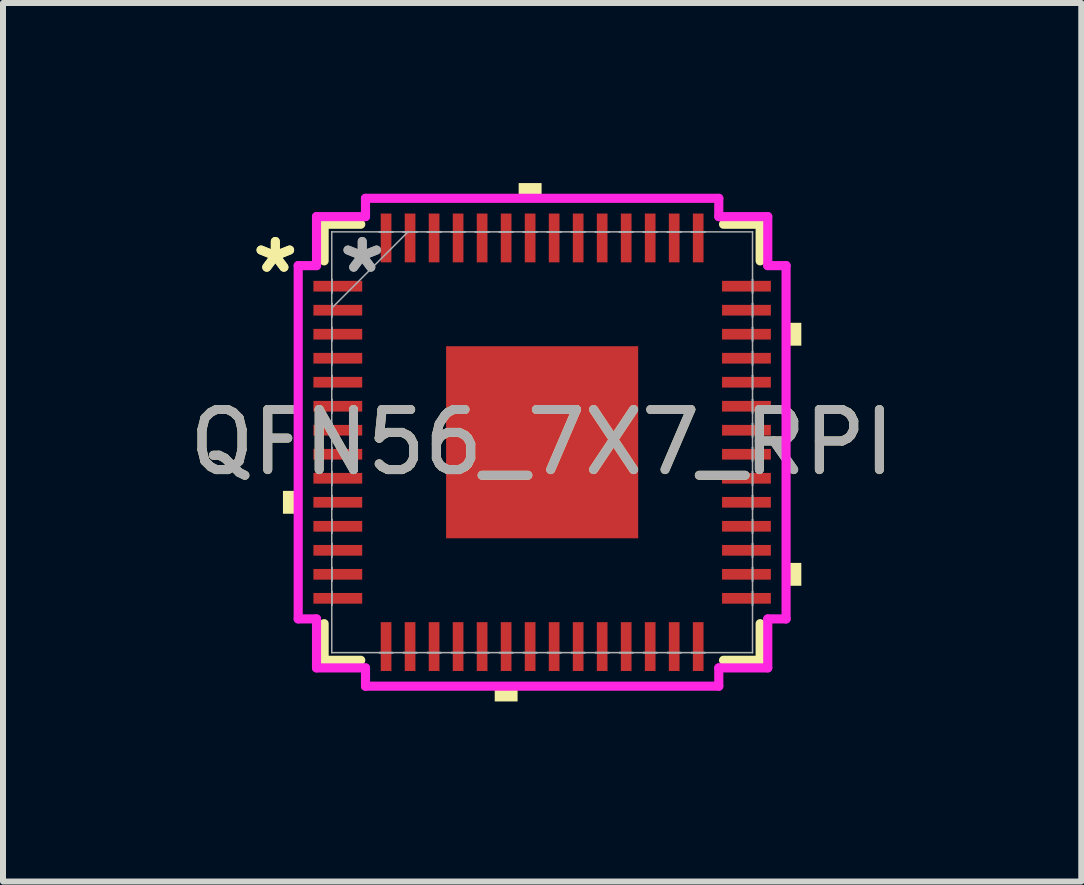
<source format=kicad_pcb>
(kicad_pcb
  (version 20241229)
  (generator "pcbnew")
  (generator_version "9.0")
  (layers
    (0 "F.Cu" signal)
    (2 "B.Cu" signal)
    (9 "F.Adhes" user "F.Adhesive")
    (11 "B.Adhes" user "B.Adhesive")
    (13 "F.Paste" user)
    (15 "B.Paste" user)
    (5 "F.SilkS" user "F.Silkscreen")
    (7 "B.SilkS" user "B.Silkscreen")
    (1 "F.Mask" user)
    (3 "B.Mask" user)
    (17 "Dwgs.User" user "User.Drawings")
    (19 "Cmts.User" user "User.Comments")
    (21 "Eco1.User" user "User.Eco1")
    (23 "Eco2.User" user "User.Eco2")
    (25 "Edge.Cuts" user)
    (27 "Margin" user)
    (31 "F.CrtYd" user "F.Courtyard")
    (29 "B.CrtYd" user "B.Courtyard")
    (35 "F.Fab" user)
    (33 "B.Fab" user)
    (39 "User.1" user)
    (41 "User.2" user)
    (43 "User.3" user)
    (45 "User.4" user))
  (footprint "QFN56_7X7_RPI"
    (layer "F.Cu")
    (at 5.982 4.318)
    (property "Reference" "QFN56_7X7_RPI" (at 0 0 0) (unlocked yes) (layer "F.SilkS") (effects (font (size 1 1) (thickness 0.15))))
    (attr smd)
    (fp_line (start -3.632 -3.632) (end -3.632 -3.022) (stroke (width 0.152) (type solid)) (layer "F.SilkS"))
    (fp_line (start -3.632 3.022) (end -3.632 3.632) (stroke (width 0.152) (type solid)) (layer "F.SilkS"))
    (fp_line (start -3.632 3.632) (end -3.022 3.632) (stroke (width 0.152) (type solid)) (layer "F.SilkS"))
    (fp_line (start -3.022 -3.632) (end -3.632 -3.632) (stroke (width 0.152) (type solid)) (layer "F.SilkS"))
    (fp_line (start 3.022 3.632) (end 3.632 3.632) (stroke (width 0.152) (type solid)) (layer "F.SilkS"))
    (fp_line (start 3.632 -3.632) (end 3.022 -3.632) (stroke (width 0.152) (type solid)) (layer "F.SilkS"))
    (fp_line (start 3.632 -3.022) (end 3.632 -3.632) (stroke (width 0.152) (type solid)) (layer "F.SilkS"))
    (fp_line (start 3.632 3.632) (end 3.632 3.022) (stroke (width 0.152) (type solid)) (layer "F.SilkS"))
    (fp_poly (pts (xy -4.318 0.81) (xy -4.318 1.191) (xy -4.064 1.191) (xy -4.064 0.81)) (stroke (width 0) (type solid)) (fill yes) (layer "F.SilkS"))
    (fp_poly (pts (xy -0.79 4.064) (xy -0.79 4.318) (xy -0.409 4.318) (xy -0.409 4.064)) (stroke (width 0) (type solid)) (fill yes) (layer "F.SilkS"))
    (fp_poly (pts (xy -0.391 -4.064) (xy -0.391 -4.318) (xy -0.009 -4.318) (xy -0.009 -4.064)) (stroke (width 0) (type solid)) (fill yes) (layer "F.SilkS"))
    (fp_poly (pts (xy 4.318 -1.99) (xy 4.318 -1.609) (xy 4.064 -1.609) (xy 4.064 -1.99)) (stroke (width 0) (type solid)) (fill yes) (layer "F.SilkS"))
    (fp_poly (pts (xy 4.318 2.01) (xy 4.318 2.391) (xy 4.064 2.391) (xy 4.064 2.01)) (stroke (width 0) (type solid)) (fill yes) (layer "F.SilkS"))
    (fp_poly (pts (xy -1.5 -1.5) (xy -1.5 -0.1) (xy -0.1 -0.1) (xy -0.1 -1.5)) (stroke (width 0) (type solid)) (fill yes) (layer "F.Paste"))
    (fp_poly (pts (xy -1.5 0.1) (xy -1.5 1.5) (xy -0.1 1.5) (xy -0.1 0.1)) (stroke (width 0) (type solid)) (fill yes) (layer "F.Paste"))
    (fp_poly (pts (xy 0.1 -1.5) (xy 0.1 -0.1) (xy 1.5 -0.1) (xy 1.5 -1.5)) (stroke (width 0) (type solid)) (fill yes) (layer "F.Paste"))
    (fp_poly (pts (xy 0.1 0.1) (xy 0.1 1.5) (xy 1.5 1.5) (xy 1.5 0.1)) (stroke (width 0) (type solid)) (fill yes) (layer "F.Paste"))
    (fp_line (start -4.064 -2.943) (end -3.759 -2.943) (stroke (width 0.152) (type solid)) (layer "F.CrtYd"))
    (fp_line (start -4.064 2.943) (end -4.064 -2.943) (stroke (width 0.152) (type solid)) (layer "F.CrtYd"))
    (fp_line (start -3.759 -3.759) (end -2.943 -3.759) (stroke (width 0.152) (type solid)) (layer "F.CrtYd"))
    (fp_line (start -3.759 -2.943) (end -3.759 -3.759) (stroke (width 0.152) (type solid)) (layer "F.CrtYd"))
    (fp_line (start -3.759 2.943) (end -4.064 2.943) (stroke (width 0.152) (type solid)) (layer "F.CrtYd"))
    (fp_line (start -3.759 3.759) (end -3.759 2.943) (stroke (width 0.152) (type solid)) (layer "F.CrtYd"))
    (fp_line (start -2.943 -4.064) (end 2.943 -4.064) (stroke (width 0.152) (type solid)) (layer "F.CrtYd"))
    (fp_line (start -2.943 -3.759) (end -2.943 -4.064) (stroke (width 0.152) (type solid)) (layer "F.CrtYd"))
    (fp_line (start -2.943 3.759) (end -3.759 3.759) (stroke (width 0.152) (type solid)) (layer "F.CrtYd"))
    (fp_line (start -2.943 4.064) (end -2.943 3.759) (stroke (width 0.152) (type solid)) (layer "F.CrtYd"))
    (fp_line (start 2.943 -4.064) (end 2.943 -3.759) (stroke (width 0.152) (type solid)) (layer "F.CrtYd"))
    (fp_line (start 2.943 -3.759) (end 3.759 -3.759) (stroke (width 0.152) (type solid)) (layer "F.CrtYd"))
    (fp_line (start 2.943 3.759) (end 2.943 4.064) (stroke (width 0.152) (type solid)) (layer "F.CrtYd"))
    (fp_line (start 2.943 4.064) (end -2.943 4.064) (stroke (width 0.152) (type solid)) (layer "F.CrtYd"))
    (fp_line (start 3.759 -3.759) (end 3.759 -2.943) (stroke (width 0.152) (type solid)) (layer "F.CrtYd"))
    (fp_line (start 3.759 -2.943) (end 4.064 -2.943) (stroke (width 0.152) (type solid)) (layer "F.CrtYd"))
    (fp_line (start 3.759 2.943) (end 3.759 3.759) (stroke (width 0.152) (type solid)) (layer "F.CrtYd"))
    (fp_line (start 3.759 3.759) (end 2.943 3.759) (stroke (width 0.152) (type solid)) (layer "F.CrtYd"))
    (fp_line (start 4.064 -2.943) (end 4.064 2.943) (stroke (width 0.152) (type solid)) (layer "F.CrtYd"))
    (fp_line (start 4.064 2.943) (end 3.759 2.943) (stroke (width 0.152) (type solid)) (layer "F.CrtYd"))
    (fp_line (start -3.505 -3.505) (end -3.505 -3.505) (stroke (width 0.025) (type solid)) (layer "F.Fab"))
    (fp_line (start -3.505 -3.505) (end -3.505 3.505) (stroke (width 0.025) (type solid)) (layer "F.Fab"))
    (fp_line (start -3.505 -2.714) (end -3.505 -2.714) (stroke (width 0.025) (type solid)) (layer "F.Fab"))
    (fp_line (start -3.505 -2.714) (end -3.505 -2.486) (stroke (width 0.025) (type solid)) (layer "F.Fab"))
    (fp_line (start -3.505 -2.486) (end -3.505 -2.714) (stroke (width 0.025) (type solid)) (layer "F.Fab"))
    (fp_line (start -3.505 -2.486) (end -3.505 -2.486) (stroke (width 0.025) (type solid)) (layer "F.Fab"))
    (fp_line (start -3.505 -2.314) (end -3.505 -2.314) (stroke (width 0.025) (type solid)) (layer "F.Fab"))
    (fp_line (start -3.505 -2.314) (end -3.505 -2.086) (stroke (width 0.025) (type solid)) (layer "F.Fab"))
    (fp_line (start -3.505 -2.235) (end -2.235 -3.505) (stroke (width 0.025) (type solid)) (layer "F.Fab"))
    (fp_line (start -3.505 -2.086) (end -3.505 -2.314) (stroke (width 0.025) (type solid)) (layer "F.Fab"))
    (fp_line (start -3.505 -2.086) (end -3.505 -2.086) (stroke (width 0.025) (type solid)) (layer "F.Fab"))
    (fp_line (start -3.505 -1.914) (end -3.505 -1.914) (stroke (width 0.025) (type solid)) (layer "F.Fab"))
    (fp_line (start -3.505 -1.914) (end -3.505 -1.686) (stroke (width 0.025) (type solid)) (layer "F.Fab"))
    (fp_line (start -3.505 -1.686) (end -3.505 -1.914) (stroke (width 0.025) (type solid)) (layer "F.Fab"))
    (fp_line (start -3.505 -1.686) (end -3.505 -1.686) (stroke (width 0.025) (type solid)) (layer "F.Fab"))
    (fp_line (start -3.505 -1.514) (end -3.505 -1.514) (stroke (width 0.025) (type solid)) (layer "F.Fab"))
    (fp_line (start -3.505 -1.514) (end -3.505 -1.286) (stroke (width 0.025) (type solid)) (layer "F.Fab"))
    (fp_line (start -3.505 -1.286) (end -3.505 -1.514) (stroke (width 0.025) (type solid)) (layer "F.Fab"))
    (fp_line (start -3.505 -1.286) (end -3.505 -1.286) (stroke (width 0.025) (type solid)) (layer "F.Fab"))
    (fp_line (start -3.505 -1.114) (end -3.505 -1.114) (stroke (width 0.025) (type solid)) (layer "F.Fab"))
    (fp_line (start -3.505 -1.114) (end -3.505 -0.886) (stroke (width 0.025) (type solid)) (layer "F.Fab"))
    (fp_line (start -3.505 -0.886) (end -3.505 -1.114) (stroke (width 0.025) (type solid)) (layer "F.Fab"))
    (fp_line (start -3.505 -0.886) (end -3.505 -0.886) (stroke (width 0.025) (type solid)) (layer "F.Fab"))
    (fp_line (start -3.505 -0.714) (end -3.505 -0.714) (stroke (width 0.025) (type solid)) (layer "F.Fab"))
    (fp_line (start -3.505 -0.714) (end -3.505 -0.486) (stroke (width 0.025) (type solid)) (layer "F.Fab"))
    (fp_line (start -3.505 -0.486) (end -3.505 -0.714) (stroke (width 0.025) (type solid)) (layer "F.Fab"))
    (fp_line (start -3.505 -0.486) (end -3.505 -0.486) (stroke (width 0.025) (type solid)) (layer "F.Fab"))
    (fp_line (start -3.505 -0.314) (end -3.505 -0.314) (stroke (width 0.025) (type solid)) (layer "F.Fab"))
    (fp_line (start -3.505 -0.314) (end -3.505 -0.086) (stroke (width 0.025) (type solid)) (layer "F.Fab"))
    (fp_line (start -3.505 -0.086) (end -3.505 -0.314) (stroke (width 0.025) (type solid)) (layer "F.Fab"))
    (fp_line (start -3.505 -0.086) (end -3.505 -0.086) (stroke (width 0.025) (type solid)) (layer "F.Fab"))
    (fp_line (start -3.505 0.086) (end -3.505 0.086) (stroke (width 0.025) (type solid)) (layer "F.Fab"))
    (fp_line (start -3.505 0.086) (end -3.505 0.314) (stroke (width 0.025) (type solid)) (layer "F.Fab"))
    (fp_line (start -3.505 0.314) (end -3.505 0.086) (stroke (width 0.025) (type solid)) (layer "F.Fab"))
    (fp_line (start -3.505 0.314) (end -3.505 0.314) (stroke (width 0.025) (type solid)) (layer "F.Fab"))
    (fp_line (start -3.505 0.486) (end -3.505 0.486) (stroke (width 0.025) (type solid)) (layer "F.Fab"))
    (fp_line (start -3.505 0.486) (end -3.505 0.714) (stroke (width 0.025) (type solid)) (layer "F.Fab"))
    (fp_line (start -3.505 0.714) (end -3.505 0.486) (stroke (width 0.025) (type solid)) (layer "F.Fab"))
    (fp_line (start -3.505 0.714) (end -3.505 0.714) (stroke (width 0.025) (type solid)) (layer "F.Fab"))
    (fp_line (start -3.505 0.886) (end -3.505 0.886) (stroke (width 0.025) (type solid)) (layer "F.Fab"))
    (fp_line (start -3.505 0.886) (end -3.505 1.114) (stroke (width 0.025) (type solid)) (layer "F.Fab"))
    (fp_line (start -3.505 1.114) (end -3.505 0.886) (stroke (width 0.025) (type solid)) (layer "F.Fab"))
    (fp_line (start -3.505 1.114) (end -3.505 1.114) (stroke (width 0.025) (type solid)) (layer "F.Fab"))
    (fp_line (start -3.505 1.286) (end -3.505 1.286) (stroke (width 0.025) (type solid)) (layer "F.Fab"))
    (fp_line (start -3.505 1.286) (end -3.505 1.514) (stroke (width 0.025) (type solid)) (layer "F.Fab"))
    (fp_line (start -3.505 1.514) (end -3.505 1.286) (stroke (width 0.025) (type solid)) (layer "F.Fab"))
    (fp_line (start -3.505 1.514) (end -3.505 1.514) (stroke (width 0.025) (type solid)) (layer "F.Fab"))
    (fp_line (start -3.505 1.686) (end -3.505 1.686) (stroke (width 0.025) (type solid)) (layer "F.Fab"))
    (fp_line (start -3.505 1.686) (end -3.505 1.914) (stroke (width 0.025) (type solid)) (layer "F.Fab"))
    (fp_line (start -3.505 1.914) (end -3.505 1.686) (stroke (width 0.025) (type solid)) (layer "F.Fab"))
    (fp_line (start -3.505 1.914) (end -3.505 1.914) (stroke (width 0.025) (type solid)) (layer "F.Fab"))
    (fp_line (start -3.505 2.086) (end -3.505 2.086) (stroke (width 0.025) (type solid)) (layer "F.Fab"))
    (fp_line (start -3.505 2.086) (end -3.505 2.314) (stroke (width 0.025) (type solid)) (layer "F.Fab"))
    (fp_line (start -3.505 2.314) (end -3.505 2.086) (stroke (width 0.025) (type solid)) (layer "F.Fab"))
    (fp_line (start -3.505 2.314) (end -3.505 2.314) (stroke (width 0.025) (type solid)) (layer "F.Fab"))
    (fp_line (start -3.505 2.486) (end -3.505 2.486) (stroke (width 0.025) (type solid)) (layer "F.Fab"))
    (fp_line (start -3.505 2.486) (end -3.505 2.714) (stroke (width 0.025) (type solid)) (layer "F.Fab"))
    (fp_line (start -3.505 2.714) (end -3.505 2.486) (stroke (width 0.025) (type solid)) (layer "F.Fab"))
    (fp_line (start -3.505 2.714) (end -3.505 2.714) (stroke (width 0.025) (type solid)) (layer "F.Fab"))
    (fp_line (start -3.505 3.505) (end -3.505 3.505) (stroke (width 0.025) (type solid)) (layer "F.Fab"))
    (fp_line (start -3.505 3.505) (end 3.505 3.505) (stroke (width 0.025) (type solid)) (layer "F.Fab"))
    (fp_line (start -2.714 -3.505) (end -2.714 -3.505) (stroke (width 0.025) (type solid)) (layer "F.Fab"))
    (fp_line (start -2.714 -3.505) (end -2.486 -3.505) (stroke (width 0.025) (type solid)) (layer "F.Fab"))
    (fp_line (start -2.714 3.505) (end -2.714 3.505) (stroke (width 0.025) (type solid)) (layer "F.Fab"))
    (fp_line (start -2.714 3.505) (end -2.486 3.505) (stroke (width 0.025) (type solid)) (layer "F.Fab"))
    (fp_line (start -2.486 -3.505) (end -2.714 -3.505) (stroke (width 0.025) (type solid)) (layer "F.Fab"))
    (fp_line (start -2.486 -3.505) (end -2.486 -3.505) (stroke (width 0.025) (type solid)) (layer "F.Fab"))
    (fp_line (start -2.486 3.505) (end -2.714 3.505) (stroke (width 0.025) (type solid)) (layer "F.Fab"))
    (fp_line (start -2.486 3.505) (end -2.486 3.505) (stroke (width 0.025) (type solid)) (layer "F.Fab"))
    (fp_line (start -2.314 -3.505) (end -2.314 -3.505) (stroke (width 0.025) (type solid)) (layer "F.Fab"))
    (fp_line (start -2.314 -3.505) (end -2.086 -3.505) (stroke (width 0.025) (type solid)) (layer "F.Fab"))
    (fp_line (start -2.314 3.505) (end -2.314 3.505) (stroke (width 0.025) (type solid)) (layer "F.Fab"))
    (fp_line (start -2.314 3.505) (end -2.086 3.505) (stroke (width 0.025) (type solid)) (layer "F.Fab"))
    (fp_line (start -2.086 -3.505) (end -2.314 -3.505) (stroke (width 0.025) (type solid)) (layer "F.Fab"))
    (fp_line (start -2.086 -3.505) (end -2.086 -3.505) (stroke (width 0.025) (type solid)) (layer "F.Fab"))
    (fp_line (start -2.086 3.505) (end -2.314 3.505) (stroke (width 0.025) (type solid)) (layer "F.Fab"))
    (fp_line (start -2.086 3.505) (end -2.086 3.505) (stroke (width 0.025) (type solid)) (layer "F.Fab"))
    (fp_line (start -1.914 -3.505) (end -1.914 -3.505) (stroke (width 0.025) (type solid)) (layer "F.Fab"))
    (fp_line (start -1.914 -3.505) (end -1.686 -3.505) (stroke (width 0.025) (type solid)) (layer "F.Fab"))
    (fp_line (start -1.914 3.505) (end -1.914 3.505) (stroke (width 0.025) (type solid)) (layer "F.Fab"))
    (fp_line (start -1.914 3.505) (end -1.686 3.505) (stroke (width 0.025) (type solid)) (layer "F.Fab"))
    (fp_line (start -1.686 -3.505) (end -1.914 -3.505) (stroke (width 0.025) (type solid)) (layer "F.Fab"))
    (fp_line (start -1.686 -3.505) (end -1.686 -3.505) (stroke (width 0.025) (type solid)) (layer "F.Fab"))
    (fp_line (start -1.686 3.505) (end -1.914 3.505) (stroke (width 0.025) (type solid)) (layer "F.Fab"))
    (fp_line (start -1.686 3.505) (end -1.686 3.505) (stroke (width 0.025) (type solid)) (layer "F.Fab"))
    (fp_line (start -1.514 -3.505) (end -1.514 -3.505) (stroke (width 0.025) (type solid)) (layer "F.Fab"))
    (fp_line (start -1.514 -3.505) (end -1.286 -3.505) (stroke (width 0.025) (type solid)) (layer "F.Fab"))
    (fp_line (start -1.514 3.505) (end -1.514 3.505) (stroke (width 0.025) (type solid)) (layer "F.Fab"))
    (fp_line (start -1.514 3.505) (end -1.286 3.505) (stroke (width 0.025) (type solid)) (layer "F.Fab"))
    (fp_line (start -1.286 -3.505) (end -1.514 -3.505) (stroke (width 0.025) (type solid)) (layer "F.Fab"))
    (fp_line (start -1.286 -3.505) (end -1.286 -3.505) (stroke (width 0.025) (type solid)) (layer "F.Fab"))
    (fp_line (start -1.286 3.505) (end -1.514 3.505) (stroke (width 0.025) (type solid)) (layer "F.Fab"))
    (fp_line (start -1.286 3.505) (end -1.286 3.505) (stroke (width 0.025) (type solid)) (layer "F.Fab"))
    (fp_line (start -1.114 -3.505) (end -1.114 -3.505) (stroke (width 0.025) (type solid)) (layer "F.Fab"))
    (fp_line (start -1.114 -3.505) (end -0.886 -3.505) (stroke (width 0.025) (type solid)) (layer "F.Fab"))
    (fp_line (start -1.114 3.505) (end -1.114 3.505) (stroke (width 0.025) (type solid)) (layer "F.Fab"))
    (fp_line (start -1.114 3.505) (end -0.886 3.505) (stroke (width 0.025) (type solid)) (layer "F.Fab"))
    (fp_line (start -0.886 -3.505) (end -1.114 -3.505) (stroke (width 0.025) (type solid)) (layer "F.Fab"))
    (fp_line (start -0.886 -3.505) (end -0.886 -3.505) (stroke (width 0.025) (type solid)) (layer "F.Fab"))
    (fp_line (start -0.886 3.505) (end -1.114 3.505) (stroke (width 0.025) (type solid)) (layer "F.Fab"))
    (fp_line (start -0.886 3.505) (end -0.886 3.505) (stroke (width 0.025) (type solid)) (layer "F.Fab"))
    (fp_line (start -0.714 -3.505) (end -0.714 -3.505) (stroke (width 0.025) (type solid)) (layer "F.Fab"))
    (fp_line (start -0.714 -3.505) (end -0.486 -3.505) (stroke (width 0.025) (type solid)) (layer "F.Fab"))
    (fp_line (start -0.714 3.505) (end -0.714 3.505) (stroke (width 0.025) (type solid)) (layer "F.Fab"))
    (fp_line (start -0.714 3.505) (end -0.486 3.505) (stroke (width 0.025) (type solid)) (layer "F.Fab"))
    (fp_line (start -0.486 -3.505) (end -0.714 -3.505) (stroke (width 0.025) (type solid)) (layer "F.Fab"))
    (fp_line (start -0.486 -3.505) (end -0.486 -3.505) (stroke (width 0.025) (type solid)) (layer "F.Fab"))
    (fp_line (start -0.486 3.505) (end -0.714 3.505) (stroke (width 0.025) (type solid)) (layer "F.Fab"))
    (fp_line (start -0.486 3.505) (end -0.486 3.505) (stroke (width 0.025) (type solid)) (layer "F.Fab"))
    (fp_line (start -0.314 -3.505) (end -0.314 -3.505) (stroke (width 0.025) (type solid)) (layer "F.Fab"))
    (fp_line (start -0.314 -3.505) (end -0.086 -3.505) (stroke (width 0.025) (type solid)) (layer "F.Fab"))
    (fp_line (start -0.314 3.505) (end -0.314 3.505) (stroke (width 0.025) (type solid)) (layer "F.Fab"))
    (fp_line (start -0.314 3.505) (end -0.086 3.505) (stroke (width 0.025) (type solid)) (layer "F.Fab"))
    (fp_line (start -0.086 -3.505) (end -0.314 -3.505) (stroke (width 0.025) (type solid)) (layer "F.Fab"))
    (fp_line (start -0.086 -3.505) (end -0.086 -3.505) (stroke (width 0.025) (type solid)) (layer "F.Fab"))
    (fp_line (start -0.086 3.505) (end -0.314 3.505) (stroke (width 0.025) (type solid)) (layer "F.Fab"))
    (fp_line (start -0.086 3.505) (end -0.086 3.505) (stroke (width 0.025) (type solid)) (layer "F.Fab"))
    (fp_line (start 0.086 -3.505) (end 0.086 -3.505) (stroke (width 0.025) (type solid)) (layer "F.Fab"))
    (fp_line (start 0.086 -3.505) (end 0.314 -3.505) (stroke (width 0.025) (type solid)) (layer "F.Fab"))
    (fp_line (start 0.086 3.505) (end 0.086 3.505) (stroke (width 0.025) (type solid)) (layer "F.Fab"))
    (fp_line (start 0.086 3.505) (end 0.314 3.505) (stroke (width 0.025) (type solid)) (layer "F.Fab"))
    (fp_line (start 0.314 -3.505) (end 0.086 -3.505) (stroke (width 0.025) (type solid)) (layer "F.Fab"))
    (fp_line (start 0.314 -3.505) (end 0.314 -3.505) (stroke (width 0.025) (type solid)) (layer "F.Fab"))
    (fp_line (start 0.314 3.505) (end 0.086 3.505) (stroke (width 0.025) (type solid)) (layer "F.Fab"))
    (fp_line (start 0.314 3.505) (end 0.314 3.505) (stroke (width 0.025) (type solid)) (layer "F.Fab"))
    (fp_line (start 0.486 -3.505) (end 0.486 -3.505) (stroke (width 0.025) (type solid)) (layer "F.Fab"))
    (fp_line (start 0.486 -3.505) (end 0.714 -3.505) (stroke (width 0.025) (type solid)) (layer "F.Fab"))
    (fp_line (start 0.486 3.505) (end 0.486 3.505) (stroke (width 0.025) (type solid)) (layer "F.Fab"))
    (fp_line (start 0.486 3.505) (end 0.714 3.505) (stroke (width 0.025) (type solid)) (layer "F.Fab"))
    (fp_line (start 0.714 -3.505) (end 0.486 -3.505) (stroke (width 0.025) (type solid)) (layer "F.Fab"))
    (fp_line (start 0.714 -3.505) (end 0.714 -3.505) (stroke (width 0.025) (type solid)) (layer "F.Fab"))
    (fp_line (start 0.714 3.505) (end 0.486 3.505) (stroke (width 0.025) (type solid)) (layer "F.Fab"))
    (fp_line (start 0.714 3.505) (end 0.714 3.505) (stroke (width 0.025) (type solid)) (layer "F.Fab"))
    (fp_line (start 0.886 -3.505) (end 0.886 -3.505) (stroke (width 0.025) (type solid)) (layer "F.Fab"))
    (fp_line (start 0.886 -3.505) (end 1.114 -3.505) (stroke (width 0.025) (type solid)) (layer "F.Fab"))
    (fp_line (start 0.886 3.505) (end 0.886 3.505) (stroke (width 0.025) (type solid)) (layer "F.Fab"))
    (fp_line (start 0.886 3.505) (end 1.114 3.505) (stroke (width 0.025) (type solid)) (layer "F.Fab"))
    (fp_line (start 1.114 -3.505) (end 0.886 -3.505) (stroke (width 0.025) (type solid)) (layer "F.Fab"))
    (fp_line (start 1.114 -3.505) (end 1.114 -3.505) (stroke (width 0.025) (type solid)) (layer "F.Fab"))
    (fp_line (start 1.114 3.505) (end 0.886 3.505) (stroke (width 0.025) (type solid)) (layer "F.Fab"))
    (fp_line (start 1.114 3.505) (end 1.114 3.505) (stroke (width 0.025) (type solid)) (layer "F.Fab"))
    (fp_line (start 1.286 -3.505) (end 1.286 -3.505) (stroke (width 0.025) (type solid)) (layer "F.Fab"))
    (fp_line (start 1.286 -3.505) (end 1.514 -3.505) (stroke (width 0.025) (type solid)) (layer "F.Fab"))
    (fp_line (start 1.286 3.505) (end 1.286 3.505) (stroke (width 0.025) (type solid)) (layer "F.Fab"))
    (fp_line (start 1.286 3.505) (end 1.514 3.505) (stroke (width 0.025) (type solid)) (layer "F.Fab"))
    (fp_line (start 1.514 -3.505) (end 1.286 -3.505) (stroke (width 0.025) (type solid)) (layer "F.Fab"))
    (fp_line (start 1.514 -3.505) (end 1.514 -3.505) (stroke (width 0.025) (type solid)) (layer "F.Fab"))
    (fp_line (start 1.514 3.505) (end 1.286 3.505) (stroke (width 0.025) (type solid)) (layer "F.Fab"))
    (fp_line (start 1.514 3.505) (end 1.514 3.505) (stroke (width 0.025) (type solid)) (layer "F.Fab"))
    (fp_line (start 1.686 -3.505) (end 1.686 -3.505) (stroke (width 0.025) (type solid)) (layer "F.Fab"))
    (fp_line (start 1.686 -3.505) (end 1.914 -3.505) (stroke (width 0.025) (type solid)) (layer "F.Fab"))
    (fp_line (start 1.686 3.505) (end 1.686 3.505) (stroke (width 0.025) (type solid)) (layer "F.Fab"))
    (fp_line (start 1.686 3.505) (end 1.914 3.505) (stroke (width 0.025) (type solid)) (layer "F.Fab"))
    (fp_line (start 1.914 -3.505) (end 1.686 -3.505) (stroke (width 0.025) (type solid)) (layer "F.Fab"))
    (fp_line (start 1.914 -3.505) (end 1.914 -3.505) (stroke (width 0.025) (type solid)) (layer "F.Fab"))
    (fp_line (start 1.914 3.505) (end 1.686 3.505) (stroke (width 0.025) (type solid)) (layer "F.Fab"))
    (fp_line (start 1.914 3.505) (end 1.914 3.505) (stroke (width 0.025) (type solid)) (layer "F.Fab"))
    (fp_line (start 2.086 -3.505) (end 2.086 -3.505) (stroke (width 0.025) (type solid)) (layer "F.Fab"))
    (fp_line (start 2.086 -3.505) (end 2.314 -3.505) (stroke (width 0.025) (type solid)) (layer "F.Fab"))
    (fp_line (start 2.086 3.505) (end 2.086 3.505) (stroke (width 0.025) (type solid)) (layer "F.Fab"))
    (fp_line (start 2.086 3.505) (end 2.314 3.505) (stroke (width 0.025) (type solid)) (layer "F.Fab"))
    (fp_line (start 2.314 -3.505) (end 2.086 -3.505) (stroke (width 0.025) (type solid)) (layer "F.Fab"))
    (fp_line (start 2.314 -3.505) (end 2.314 -3.505) (stroke (width 0.025) (type solid)) (layer "F.Fab"))
    (fp_line (start 2.314 3.505) (end 2.086 3.505) (stroke (width 0.025) (type solid)) (layer "F.Fab"))
    (fp_line (start 2.314 3.505) (end 2.314 3.505) (stroke (width 0.025) (type solid)) (layer "F.Fab"))
    (fp_line (start 2.486 -3.505) (end 2.486 -3.505) (stroke (width 0.025) (type solid)) (layer "F.Fab"))
    (fp_line (start 2.486 -3.505) (end 2.714 -3.505) (stroke (width 0.025) (type solid)) (layer "F.Fab"))
    (fp_line (start 2.486 3.505) (end 2.486 3.505) (stroke (width 0.025) (type solid)) (layer "F.Fab"))
    (fp_line (start 2.486 3.505) (end 2.714 3.505) (stroke (width 0.025) (type solid)) (layer "F.Fab"))
    (fp_line (start 2.714 -3.505) (end 2.486 -3.505) (stroke (width 0.025) (type solid)) (layer "F.Fab"))
    (fp_line (start 2.714 -3.505) (end 2.714 -3.505) (stroke (width 0.025) (type solid)) (layer "F.Fab"))
    (fp_line (start 2.714 3.505) (end 2.486 3.505) (stroke (width 0.025) (type solid)) (layer "F.Fab"))
    (fp_line (start 2.714 3.505) (end 2.714 3.505) (stroke (width 0.025) (type solid)) (layer "F.Fab"))
    (fp_line (start 3.505 -3.505) (end -3.505 -3.505) (stroke (width 0.025) (type solid)) (layer "F.Fab"))
    (fp_line (start 3.505 -3.505) (end 3.505 -3.505) (stroke (width 0.025) (type solid)) (layer "F.Fab"))
    (fp_line (start 3.505 -2.714) (end 3.505 -2.714) (stroke (width 0.025) (type solid)) (layer "F.Fab"))
    (fp_line (start 3.505 -2.714) (end 3.505 -2.486) (stroke (width 0.025) (type solid)) (layer "F.Fab"))
    (fp_line (start 3.505 -2.486) (end 3.505 -2.714) (stroke (width 0.025) (type solid)) (layer "F.Fab"))
    (fp_line (start 3.505 -2.486) (end 3.505 -2.486) (stroke (width 0.025) (type solid)) (layer "F.Fab"))
    (fp_line (start 3.505 -2.314) (end 3.505 -2.314) (stroke (width 0.025) (type solid)) (layer "F.Fab"))
    (fp_line (start 3.505 -2.314) (end 3.505 -2.086) (stroke (width 0.025) (type solid)) (layer "F.Fab"))
    (fp_line (start 3.505 -2.086) (end 3.505 -2.314) (stroke (width 0.025) (type solid)) (layer "F.Fab"))
    (fp_line (start 3.505 -2.086) (end 3.505 -2.086) (stroke (width 0.025) (type solid)) (layer "F.Fab"))
    (fp_line (start 3.505 -1.914) (end 3.505 -1.914) (stroke (width 0.025) (type solid)) (layer "F.Fab"))
    (fp_line (start 3.505 -1.914) (end 3.505 -1.686) (stroke (width 0.025) (type solid)) (layer "F.Fab"))
    (fp_line (start 3.505 -1.686) (end 3.505 -1.914) (stroke (width 0.025) (type solid)) (layer "F.Fab"))
    (fp_line (start 3.505 -1.686) (end 3.505 -1.686) (stroke (width 0.025) (type solid)) (layer "F.Fab"))
    (fp_line (start 3.505 -1.514) (end 3.505 -1.514) (stroke (width 0.025) (type solid)) (layer "F.Fab"))
    (fp_line (start 3.505 -1.514) (end 3.505 -1.286) (stroke (width 0.025) (type solid)) (layer "F.Fab"))
    (fp_line (start 3.505 -1.286) (end 3.505 -1.514) (stroke (width 0.025) (type solid)) (layer "F.Fab"))
    (fp_line (start 3.505 -1.286) (end 3.505 -1.286) (stroke (width 0.025) (type solid)) (layer "F.Fab"))
    (fp_line (start 3.505 -1.114) (end 3.505 -1.114) (stroke (width 0.025) (type solid)) (layer "F.Fab"))
    (fp_line (start 3.505 -1.114) (end 3.505 -0.886) (stroke (width 0.025) (type solid)) (layer "F.Fab"))
    (fp_line (start 3.505 -0.886) (end 3.505 -1.114) (stroke (width 0.025) (type solid)) (layer "F.Fab"))
    (fp_line (start 3.505 -0.886) (end 3.505 -0.886) (stroke (width 0.025) (type solid)) (layer "F.Fab"))
    (fp_line (start 3.505 -0.714) (end 3.505 -0.714) (stroke (width 0.025) (type solid)) (layer "F.Fab"))
    (fp_line (start 3.505 -0.714) (end 3.505 -0.486) (stroke (width 0.025) (type solid)) (layer "F.Fab"))
    (fp_line (start 3.505 -0.486) (end 3.505 -0.714) (stroke (width 0.025) (type solid)) (layer "F.Fab"))
    (fp_line (start 3.505 -0.486) (end 3.505 -0.486) (stroke (width 0.025) (type solid)) (layer "F.Fab"))
    (fp_line (start 3.505 -0.314) (end 3.505 -0.314) (stroke (width 0.025) (type solid)) (layer "F.Fab"))
    (fp_line (start 3.505 -0.314) (end 3.505 -0.086) (stroke (width 0.025) (type solid)) (layer "F.Fab"))
    (fp_line (start 3.505 -0.086) (end 3.505 -0.314) (stroke (width 0.025) (type solid)) (layer "F.Fab"))
    (fp_line (start 3.505 -0.086) (end 3.505 -0.086) (stroke (width 0.025) (type solid)) (layer "F.Fab"))
    (fp_line (start 3.505 0.086) (end 3.505 0.086) (stroke (width 0.025) (type solid)) (layer "F.Fab"))
    (fp_line (start 3.505 0.086) (end 3.505 0.314) (stroke (width 0.025) (type solid)) (layer "F.Fab"))
    (fp_line (start 3.505 0.314) (end 3.505 0.086) (stroke (width 0.025) (type solid)) (layer "F.Fab"))
    (fp_line (start 3.505 0.314) (end 3.505 0.314) (stroke (width 0.025) (type solid)) (layer "F.Fab"))
    (fp_line (start 3.505 0.486) (end 3.505 0.486) (stroke (width 0.025) (type solid)) (layer "F.Fab"))
    (fp_line (start 3.505 0.486) (end 3.505 0.714) (stroke (width 0.025) (type solid)) (layer "F.Fab"))
    (fp_line (start 3.505 0.714) (end 3.505 0.486) (stroke (width 0.025) (type solid)) (layer "F.Fab"))
    (fp_line (start 3.505 0.714) (end 3.505 0.714) (stroke (width 0.025) (type solid)) (layer "F.Fab"))
    (fp_line (start 3.505 0.886) (end 3.505 0.886) (stroke (width 0.025) (type solid)) (layer "F.Fab"))
    (fp_line (start 3.505 0.886) (end 3.505 1.114) (stroke (width 0.025) (type solid)) (layer "F.Fab"))
    (fp_line (start 3.505 1.114) (end 3.505 0.886) (stroke (width 0.025) (type solid)) (layer "F.Fab"))
    (fp_line (start 3.505 1.114) (end 3.505 1.114) (stroke (width 0.025) (type solid)) (layer "F.Fab"))
    (fp_line (start 3.505 1.286) (end 3.505 1.286) (stroke (width 0.025) (type solid)) (layer "F.Fab"))
    (fp_line (start 3.505 1.286) (end 3.505 1.514) (stroke (width 0.025) (type solid)) (layer "F.Fab"))
    (fp_line (start 3.505 1.514) (end 3.505 1.286) (stroke (width 0.025) (type solid)) (layer "F.Fab"))
    (fp_line (start 3.505 1.514) (end 3.505 1.514) (stroke (width 0.025) (type solid)) (layer "F.Fab"))
    (fp_line (start 3.505 1.686) (end 3.505 1.686) (stroke (width 0.025) (type solid)) (layer "F.Fab"))
    (fp_line (start 3.505 1.686) (end 3.505 1.914) (stroke (width 0.025) (type solid)) (layer "F.Fab"))
    (fp_line (start 3.505 1.914) (end 3.505 1.686) (stroke (width 0.025) (type solid)) (layer "F.Fab"))
    (fp_line (start 3.505 1.914) (end 3.505 1.914) (stroke (width 0.025) (type solid)) (layer "F.Fab"))
    (fp_line (start 3.505 2.086) (end 3.505 2.086) (stroke (width 0.025) (type solid)) (layer "F.Fab"))
    (fp_line (start 3.505 2.086) (end 3.505 2.314) (stroke (width 0.025) (type solid)) (layer "F.Fab"))
    (fp_line (start 3.505 2.314) (end 3.505 2.086) (stroke (width 0.025) (type solid)) (layer "F.Fab"))
    (fp_line (start 3.505 2.314) (end 3.505 2.314) (stroke (width 0.025) (type solid)) (layer "F.Fab"))
    (fp_line (start 3.505 2.486) (end 3.505 2.486) (stroke (width 0.025) (type solid)) (layer "F.Fab"))
    (fp_line (start 3.505 2.486) (end 3.505 2.714) (stroke (width 0.025) (type solid)) (layer "F.Fab"))
    (fp_line (start 3.505 2.714) (end 3.505 2.486) (stroke (width 0.025) (type solid)) (layer "F.Fab"))
    (fp_line (start 3.505 2.714) (end 3.505 2.714) (stroke (width 0.025) (type solid)) (layer "F.Fab"))
    (fp_line (start 3.505 3.505) (end 3.505 -3.505) (stroke (width 0.025) (type solid)) (layer "F.Fab"))
    (fp_line (start 3.505 3.505) (end 3.505 3.505) (stroke (width 0.025) (type solid)) (layer "F.Fab"))
    (fp_text user "*" (at -4.445 -2.8 0) (unlocked yes) (layer "F.SilkS") (effects (font (size 1 1) (thickness 0.15))))
    (fp_text user "*" (at -4.445 -2.8 0) (layer "F.SilkS") (effects (font (size 1 1) (thickness 0.15))))
    (fp_text user "*" (at -2.997 -2.8 0) (unlocked yes) (layer "F.Fab") (effects (font (size 1 1) (thickness 0.15))))
    (fp_text user "${REFERENCE}" (at 0 0 0) (unlocked yes) (layer "F.Fab") (effects (font (size 1 1) (thickness 0.15))))
    (fp_text user "*" (at -2.997 -2.8 0) (layer "F.Fab") (effects (font (size 1 1) (thickness 0.15))))
    (pad "1" smd rect (at -3.404 -2.6 90) (size 0.178 0.813) (layers "F.Cu" "F.Mask" "F.Paste"))
    (pad "2" smd rect (at -3.404 -2.2 90) (size 0.178 0.813) (layers "F.Cu" "F.Mask" "F.Paste"))
    (pad "3" smd rect (at -3.404 -1.8 90) (size 0.178 0.813) (layers "F.Cu" "F.Mask" "F.Paste"))
    (pad "4" smd rect (at -3.404 -1.4 90) (size 0.178 0.813) (layers "F.Cu" "F.Mask" "F.Paste"))
    (pad "5" smd rect (at -3.404 -1 90) (size 0.178 0.813) (layers "F.Cu" "F.Mask" "F.Paste"))
    (pad "6" smd rect (at -3.404 -0.6 90) (size 0.178 0.813) (layers "F.Cu" "F.Mask" "F.Paste"))
    (pad "7" smd rect (at -3.404 -0.2 90) (size 0.178 0.813) (layers "F.Cu" "F.Mask" "F.Paste"))
    (pad "8" smd rect (at -3.404 0.2 90) (size 0.178 0.813) (layers "F.Cu" "F.Mask" "F.Paste"))
    (pad "9" smd rect (at -3.404 0.6 90) (size 0.178 0.813) (layers "F.Cu" "F.Mask" "F.Paste"))
    (pad "10" smd rect (at -3.404 1 90) (size 0.178 0.813) (layers "F.Cu" "F.Mask" "F.Paste"))
    (pad "11" smd rect (at -3.404 1.4 90) (size 0.178 0.813) (layers "F.Cu" "F.Mask" "F.Paste"))
    (pad "12" smd rect (at -3.404 1.8 90) (size 0.178 0.813) (layers "F.Cu" "F.Mask" "F.Paste"))
    (pad "13" smd rect (at -3.404 2.2 90) (size 0.178 0.813) (layers "F.Cu" "F.Mask" "F.Paste"))
    (pad "14" smd rect (at -3.404 2.6 90) (size 0.178 0.813) (layers "F.Cu" "F.Mask" "F.Paste"))
    (pad "15" smd rect (at -2.6 3.404) (size 0.178 0.813) (layers "F.Cu" "F.Mask" "F.Paste"))
    (pad "16" smd rect (at -2.2 3.404) (size 0.178 0.813) (layers "F.Cu" "F.Mask" "F.Paste"))
    (pad "17" smd rect (at -1.8 3.404) (size 0.178 0.813) (layers "F.Cu" "F.Mask" "F.Paste"))
    (pad "18" smd rect (at -1.4 3.404) (size 0.178 0.813) (layers "F.Cu" "F.Mask" "F.Paste"))
    (pad "19" smd rect (at -1 3.404) (size 0.178 0.813) (layers "F.Cu" "F.Mask" "F.Paste"))
    (pad "20" smd rect (at -0.6 3.404) (size 0.178 0.813) (layers "F.Cu" "F.Mask" "F.Paste"))
    (pad "21" smd rect (at -0.2 3.404) (size 0.178 0.813) (layers "F.Cu" "F.Mask" "F.Paste"))
    (pad "22" smd rect (at 0.2 3.404) (size 0.178 0.813) (layers "F.Cu" "F.Mask" "F.Paste"))
    (pad "23" smd rect (at 0.6 3.404) (size 0.178 0.813) (layers "F.Cu" "F.Mask" "F.Paste"))
    (pad "24" smd rect (at 1 3.404) (size 0.178 0.813) (layers "F.Cu" "F.Mask" "F.Paste"))
    (pad "25" smd rect (at 1.4 3.404) (size 0.178 0.813) (layers "F.Cu" "F.Mask" "F.Paste"))
    (pad "26" smd rect (at 1.8 3.404) (size 0.178 0.813) (layers "F.Cu" "F.Mask" "F.Paste"))
    (pad "27" smd rect (at 2.2 3.404) (size 0.178 0.813) (layers "F.Cu" "F.Mask" "F.Paste"))
    (pad "28" smd rect (at 2.6 3.404) (size 0.178 0.813) (layers "F.Cu" "F.Mask" "F.Paste"))
    (pad "29" smd rect (at 3.404 2.6 90) (size 0.178 0.813) (layers "F.Cu" "F.Mask" "F.Paste"))
    (pad "30" smd rect (at 3.404 2.2 90) (size 0.178 0.813) (layers "F.Cu" "F.Mask" "F.Paste"))
    (pad "31" smd rect (at 3.404 1.8 90) (size 0.178 0.813) (layers "F.Cu" "F.Mask" "F.Paste"))
    (pad "32" smd rect (at 3.404 1.4 90) (size 0.178 0.813) (layers "F.Cu" "F.Mask" "F.Paste"))
    (pad "33" smd rect (at 3.404 1 90) (size 0.178 0.813) (layers "F.Cu" "F.Mask" "F.Paste"))
    (pad "34" smd rect (at 3.404 0.6 90) (size 0.178 0.813) (layers "F.Cu" "F.Mask" "F.Paste"))
    (pad "35" smd rect (at 3.404 0.2 90) (size 0.178 0.813) (layers "F.Cu" "F.Mask" "F.Paste"))
    (pad "36" smd rect (at 3.404 -0.2 90) (size 0.178 0.813) (layers "F.Cu" "F.Mask" "F.Paste"))
    (pad "37" smd rect (at 3.404 -0.6 90) (size 0.178 0.813) (layers "F.Cu" "F.Mask" "F.Paste"))
    (pad "38" smd rect (at 3.404 -1 90) (size 0.178 0.813) (layers "F.Cu" "F.Mask" "F.Paste"))
    (pad "39" smd rect (at 3.404 -1.4 90) (size 0.178 0.813) (layers "F.Cu" "F.Mask" "F.Paste"))
    (pad "40" smd rect (at 3.404 -1.8 90) (size 0.178 0.813) (layers "F.Cu" "F.Mask" "F.Paste"))
    (pad "41" smd rect (at 3.404 -2.2 90) (size 0.178 0.813) (layers "F.Cu" "F.Mask" "F.Paste"))
    (pad "42" smd rect (at 3.404 -2.6 90) (size 0.178 0.813) (layers "F.Cu" "F.Mask" "F.Paste"))
    (pad "43" smd rect (at 2.6 -3.404) (size 0.178 0.813) (layers "F.Cu" "F.Mask" "F.Paste"))
    (pad "44" smd rect (at 2.2 -3.404) (size 0.178 0.813) (layers "F.Cu" "F.Mask" "F.Paste"))
    (pad "45" smd rect (at 1.8 -3.404) (size 0.178 0.813) (layers "F.Cu" "F.Mask" "F.Paste"))
    (pad "46" smd rect (at 1.4 -3.404) (size 0.178 0.813) (layers "F.Cu" "F.Mask" "F.Paste"))
    (pad "47" smd rect (at 1 -3.404) (size 0.178 0.813) (layers "F.Cu" "F.Mask" "F.Paste"))
    (pad "48" smd rect (at 0.6 -3.404) (size 0.178 0.813) (layers "F.Cu" "F.Mask" "F.Paste"))
    (pad "49" smd rect (at 0.2 -3.404) (size 0.178 0.813) (layers "F.Cu" "F.Mask" "F.Paste"))
    (pad "50" smd rect (at -0.2 -3.404) (size 0.178 0.813) (layers "F.Cu" "F.Mask" "F.Paste"))
    (pad "51" smd rect (at -0.6 -3.404) (size 0.178 0.813) (layers "F.Cu" "F.Mask" "F.Paste"))
    (pad "52" smd rect (at -1 -3.404) (size 0.178 0.813) (layers "F.Cu" "F.Mask" "F.Paste"))
    (pad "53" smd rect (at -1.4 -3.404) (size 0.178 0.813) (layers "F.Cu" "F.Mask" "F.Paste"))
    (pad "54" smd rect (at -1.8 -3.404) (size 0.178 0.813) (layers "F.Cu" "F.Mask" "F.Paste"))
    (pad "55" smd rect (at -2.2 -3.404) (size 0.178 0.813) (layers "F.Cu" "F.Mask" "F.Paste"))
    (pad "56" smd rect (at -2.6 -3.404) (size 0.178 0.813) (layers "F.Cu" "F.Mask" "F.Paste"))
    (pad "57" smd rect (at 0 0) (size 3.2 3.2) (layers "F.Cu" "F.Mask" "F.Paste")))
  (gr_rect
    (start -3 -3)
    (end 14.964 11.636)
    (stroke (width 0.1) (type default))
    (fill no)
    (layer "Edge.Cuts")))
</source>
